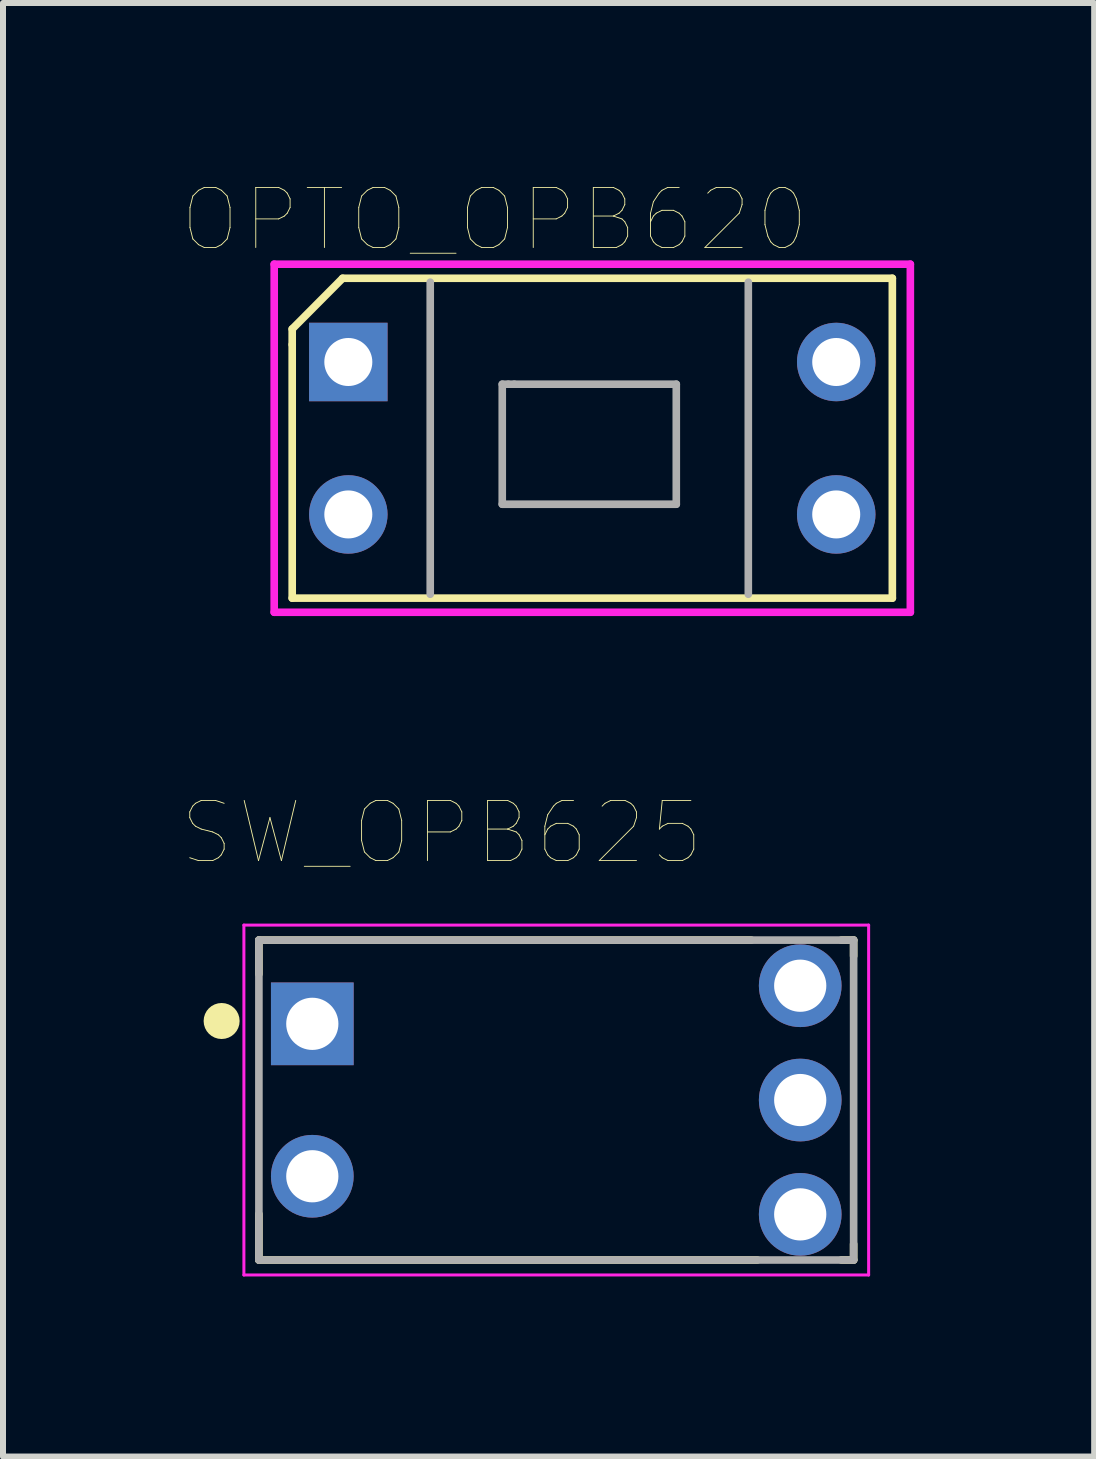
<source format=kicad_pcb>
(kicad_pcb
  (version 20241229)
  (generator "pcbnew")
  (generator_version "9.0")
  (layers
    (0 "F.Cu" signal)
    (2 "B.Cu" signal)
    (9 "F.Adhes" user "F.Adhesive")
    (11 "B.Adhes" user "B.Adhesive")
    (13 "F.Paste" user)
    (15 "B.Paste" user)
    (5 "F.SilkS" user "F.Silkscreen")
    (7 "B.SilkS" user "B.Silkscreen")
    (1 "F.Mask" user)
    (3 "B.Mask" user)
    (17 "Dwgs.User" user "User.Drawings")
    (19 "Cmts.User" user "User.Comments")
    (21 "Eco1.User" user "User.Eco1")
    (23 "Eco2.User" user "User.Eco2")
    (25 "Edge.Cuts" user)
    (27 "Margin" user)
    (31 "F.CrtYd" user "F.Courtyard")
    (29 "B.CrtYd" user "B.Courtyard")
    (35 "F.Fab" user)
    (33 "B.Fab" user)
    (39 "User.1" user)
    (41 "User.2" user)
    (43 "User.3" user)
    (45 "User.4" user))
  (footprint "OPTO_OPB620"
    (layer "F.Cu")
    (at 6.819 4.252)
    (property "Reference" "OPTO_OPB620" (at -1.627 -3.64 0) (layer "F.SilkS") (effects (font (size 1.001 1.001) (thickness 0.015))))
    (attr through_hole)
    (fp_line (start -5 -1.82) (end -4.16 -2.665) (stroke (width 0.127) (type solid)) (layer "F.SilkS"))
    (fp_line (start -5 -1.56) (end -5 -1.82) (stroke (width 0.127) (type solid)) (layer "F.SilkS"))
    (fp_line (start -5 -1.56) (end -5 2.665) (stroke (width 0.127) (type solid)) (layer "F.SilkS"))
    (fp_line (start -5 2.665) (end 5 2.665) (stroke (width 0.127) (type solid)) (layer "F.SilkS"))
    (fp_line (start 5 -2.665) (end -4.16 -2.665) (stroke (width 0.127) (type solid)) (layer "F.SilkS"))
    (fp_line (start 5 2.665) (end 5 -2.665) (stroke (width 0.127) (type solid)) (layer "F.SilkS"))
    (fp_line (start -5.3 -2.9) (end 5.3 -2.9) (stroke (width 0.127) (type solid)) (layer "F.CrtYd"))
    (fp_line (start -5.3 2.9) (end -5.3 -2.9) (stroke (width 0.127) (type solid)) (layer "F.CrtYd"))
    (fp_line (start 5.3 -2.9) (end 5.3 2.9) (stroke (width 0.127) (type solid)) (layer "F.CrtYd"))
    (fp_line (start 5.3 2.9) (end -5.3 2.9) (stroke (width 0.127) (type solid)) (layer "F.CrtYd"))
    (fp_line (start -2.7 -2.6) (end -2.7 2.6) (stroke (width 0.127) (type solid)) (layer "F.Fab"))
    (fp_line (start -1.5 -0.9) (end -1.4 -0.9) (stroke (width 0.127) (type solid)) (layer "F.Fab"))
    (fp_line (start -1.5 1.1) (end -1.5 -0.9) (stroke (width 0.127) (type solid)) (layer "F.Fab"))
    (fp_line (start -1.4 -0.9) (end -1.3 -0.9) (stroke (width 0.127) (type solid)) (layer "F.Fab"))
    (fp_line (start -1.3 -0.9) (end 1.4 -0.9) (stroke (width 0.127) (type solid)) (layer "F.Fab"))
    (fp_line (start 1.4 -0.9) (end 1.4 1.1) (stroke (width 0.127) (type solid)) (layer "F.Fab"))
    (fp_line (start 1.4 1.1) (end -1.5 1.1) (stroke (width 0.127) (type solid)) (layer "F.Fab"))
    (fp_line (start 2.6 -2.6) (end 2.6 2.6) (stroke (width 0.127) (type solid)) (layer "F.Fab"))
    (pad "1" thru_hole rect (at -4.065 -1.27) (size 1.308 1.308) (drill 0.8) (layers "*.Cu" "*.Mask"))
    (pad "2" thru_hole circle (at -4.065 1.27) (size 1.308 1.308) (drill 0.8) (layers "*.Cu" "*.Mask"))
    (pad "3" thru_hole circle (at 4.065 1.27) (size 1.308 1.308) (drill 0.8) (layers "*.Cu" "*.Mask"))
    (pad "4" thru_hole circle (at 4.065 -1.27) (size 1.308 1.308) (drill 0.8) (layers "*.Cu" "*.Mask")))
  (footprint "SW_OPB625"
    (layer "F.Cu")
    (at 6.219 15.28)
    (property "Reference" "SW_OPB625" (at -1.908 -4.453 0) (layer "F.SilkS") (effects (font (size 1.002 1.002) (thickness 0.015))))
    (attr through_hole)
    (fp_line (start -4.955 -2.665) (end -4.955 -2.1) (stroke (width 0.127) (type solid)) (layer "F.SilkS"))
    (fp_line (start -4.955 -2.665) (end 3.25 -2.665) (stroke (width 0.127) (type solid)) (layer "F.SilkS"))
    (fp_line (start -4.955 2.665) (end -4.955 1.9) (stroke (width 0.127) (type solid)) (layer "F.SilkS"))
    (fp_line (start 3.35 2.665) (end -4.955 2.665) (stroke (width 0.127) (type solid)) (layer "F.SilkS"))
    (fp_line (start 4.75 -2.665) (end 4.955 -2.665) (stroke (width 0.127) (type solid)) (layer "F.SilkS"))
    (fp_line (start 4.955 -2.665) (end 4.955 -2.4) (stroke (width 0.127) (type solid)) (layer "F.SilkS"))
    (fp_line (start 4.955 2.665) (end 4.75 2.665) (stroke (width 0.127) (type solid)) (layer "F.SilkS"))
    (fp_line (start 4.955 2.665) (end 4.955 2.4) (stroke (width 0.127) (type solid)) (layer "F.SilkS"))
    (fp_circle (center -5.576 -1.317) (end -5.426 -1.317) (stroke (width 0.3) (type solid)) (fill no) (layer "F.SilkS"))
    (fp_line (start -5.205 -2.915) (end 5.205 -2.915) (stroke (width 0.05) (type solid)) (layer "F.CrtYd"))
    (fp_line (start -5.205 2.915) (end -5.205 -2.915) (stroke (width 0.05) (type solid)) (layer "F.CrtYd"))
    (fp_line (start 5.205 -2.915) (end 5.205 2.915) (stroke (width 0.05) (type solid)) (layer "F.CrtYd"))
    (fp_line (start 5.205 2.915) (end -5.205 2.915) (stroke (width 0.05) (type solid)) (layer "F.CrtYd"))
    (fp_line (start -4.955 -2.665) (end 4.955 -2.665) (stroke (width 0.127) (type solid)) (layer "F.Fab"))
    (fp_line (start -4.955 2.665) (end -4.955 -2.665) (stroke (width 0.127) (type solid)) (layer "F.Fab"))
    (fp_line (start 4.955 -2.665) (end 4.955 2.665) (stroke (width 0.127) (type solid)) (layer "F.Fab"))
    (fp_line (start 4.955 2.665) (end -4.955 2.665) (stroke (width 0.127) (type solid)) (layer "F.Fab"))
    (pad "1" thru_hole rect (at -4.065 -1.27) (size 1.378 1.378) (drill 0.87) (layers "*.Cu" "*.Mask"))
    (pad "2" thru_hole circle (at -4.065 1.27) (size 1.378 1.378) (drill 0.87) (layers "*.Cu" "*.Mask"))
    (pad "3" thru_hole circle (at 4.065 1.905) (size 1.378 1.378) (drill 0.87) (layers "*.Cu" "*.Mask"))
    (pad "4" thru_hole circle (at 4.065 0) (size 1.378 1.378) (drill 0.87) (layers "*.Cu" "*.Mask"))
    (pad "5" thru_hole circle (at 4.065 -1.905) (size 1.378 1.378) (drill 0.87) (layers "*.Cu" "*.Mask")))
  (gr_rect
    (start -3 -3)
    (end 15.182 21.22)
    (stroke (width 0.1) (type default))
    (fill no)
    (layer "Edge.Cuts")))
</source>
